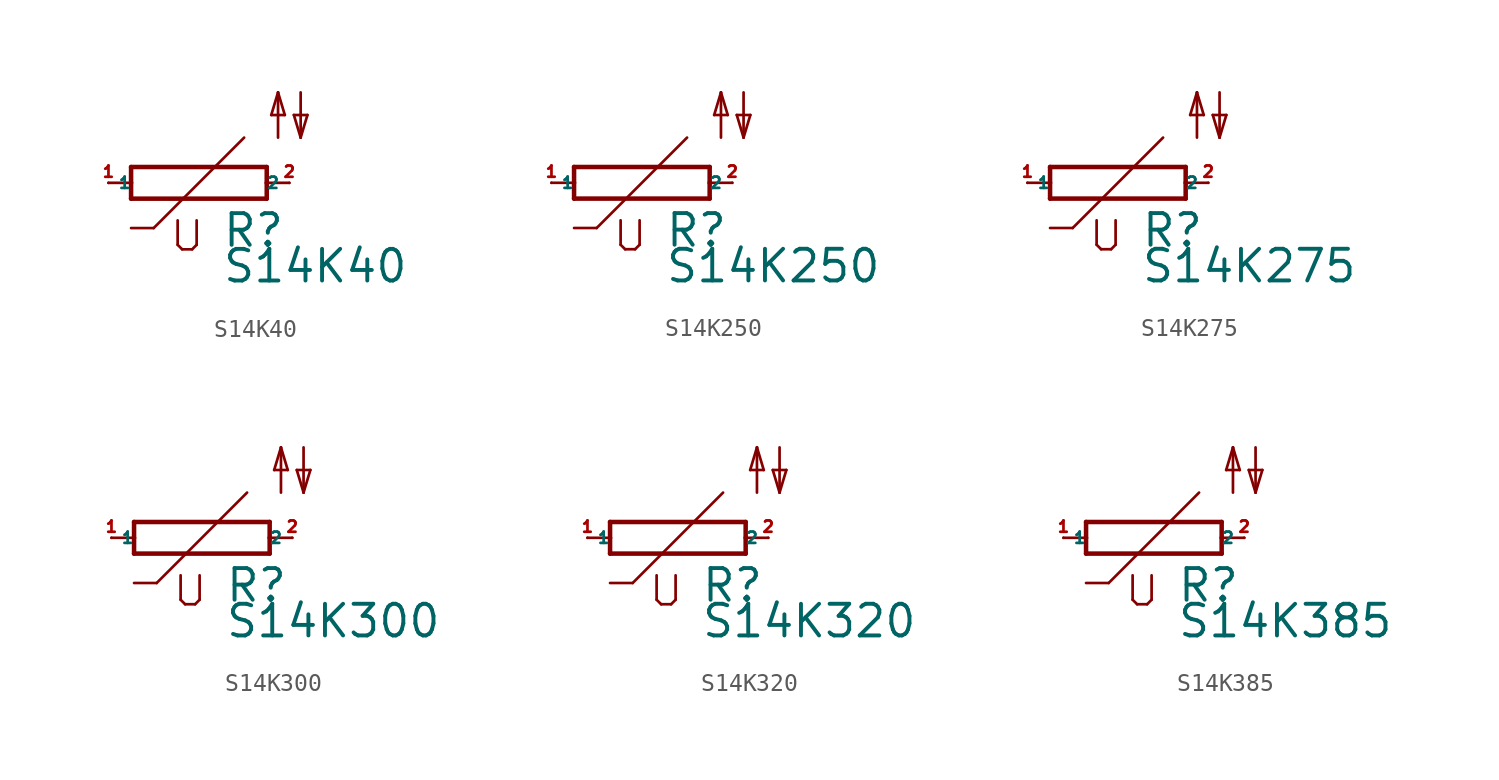
<source format=kicad_sym>
(kicad_symbol_lib
  (version 20220914)
  (generator Eagle2Kicad)
  (symbol "S14K40"
    (property "Reference" "R"
      (at 1.27 -3.708 0)
      (effects (font (size 1.778 1.778) (thickness 0.22)) (justify left bottom)))
    (property "Value" "S14K40"
      (at 1.27 -5.715 0)
      (effects (font (size 1.778 1.778) (thickness 0.22)) (justify left bottom)))
    (polyline
      (pts (xy -3.81 -0.889) (xy 3.81 -0.889))
      (stroke (width 0.254) (type default))
      (fill (type none)))
    (polyline
      (pts (xy 3.81 -0.889) (xy 3.81 0))
      (stroke (width 0.254) (type default))
      (fill (type none)))
    (polyline
      (pts (xy 3.81 0.889) (xy -3.81 0.889))
      (stroke (width 0.254) (type default))
      (fill (type none)))
    (polyline
      (pts (xy -3.81 -0.889) (xy -3.81 0))
      (stroke (width 0.254) (type default))
      (fill (type none)))
    (polyline
      (pts (xy 3.81 0) (xy 5.08 0))
      (stroke (width 0.152) (type default))
      (fill (type none)))
    (polyline
      (pts (xy 3.81 0) (xy 3.81 0.889))
      (stroke (width 0.254) (type default))
      (fill (type none)))
    (polyline
      (pts (xy -5.08 0) (xy -3.81 0))
      (stroke (width 0.152) (type default))
      (fill (type none)))
    (polyline
      (pts (xy -3.81 0) (xy -3.81 0.889))
      (stroke (width 0.254) (type default))
      (fill (type none)))
    (polyline
      (pts (xy 2.54 2.54) (xy -2.54 -2.54))
      (stroke (width 0.152) (type default))
      (fill (type none)))
    (polyline
      (pts (xy -2.54 -2.54) (xy -3.81 -2.54))
      (stroke (width 0.152) (type default))
      (fill (type none)))
    (polyline
      (pts (xy -1.194 -2.108) (xy -1.194 -3.48))
      (stroke (width 0.152) (type default))
      (fill (type none)))
    (polyline
      (pts (xy -0.94 -3.734) (xy -1.194 -3.48))
      (stroke (width 0.152) (type default))
      (fill (type none)))
    (polyline
      (pts (xy -0.94 -3.734) (xy -0.381 -3.734))
      (stroke (width 0.152) (type default))
      (fill (type none)))
    (polyline
      (pts (xy -0.127 -3.48) (xy -0.381 -3.734))
      (stroke (width 0.152) (type default))
      (fill (type none)))
    (polyline
      (pts (xy -0.127 -3.48) (xy -0.127 -2.108))
      (stroke (width 0.152) (type default))
      (fill (type none)))
    (polyline
      (pts (xy 5.715 5.08) (xy 5.715 2.54))
      (stroke (width 0.152) (type default))
      (fill (type none)))
    (polyline
      (pts (xy 5.715 2.54) (xy 6.096 3.81))
      (stroke (width 0.152) (type default))
      (fill (type none)))
    (polyline
      (pts (xy 6.096 3.81) (xy 5.334 3.81))
      (stroke (width 0.152) (type default))
      (fill (type none)))
    (polyline
      (pts (xy 5.334 3.81) (xy 5.715 2.54))
      (stroke (width 0.152) (type default))
      (fill (type none)))
    (polyline
      (pts (xy 4.445 2.54) (xy 4.445 5.08))
      (stroke (width 0.152) (type default))
      (fill (type none)))
    (polyline
      (pts (xy 4.445 5.08) (xy 4.826 3.81))
      (stroke (width 0.152) (type default))
      (fill (type none)))
    (polyline
      (pts (xy 4.826 3.81) (xy 4.064 3.81))
      (stroke (width 0.152) (type default))
      (fill (type none)))
    (polyline
      (pts (xy 4.064 3.81) (xy 4.445 5.08))
      (stroke (width 0.152) (type default))
      (fill (type none)))
    (pin passive line
      (at 5.08 0 180)
      (length 0)
      (name "2" (effects (font (size 0.635 0.635) (thickness 0.08)) (justify left bottom)))
      (number "2" (effects (font (size 0.635 0.635) (thickness 0.08)) (justify left bottom))))
    (pin passive line
      (at -5.08 0 0)
      (length 0)
      (name "1" (effects (font (size 0.635 0.635) (thickness 0.08)) (justify left bottom)))
      (number "1" (effects (font (size 0.635 0.635) (thickness 0.08)) (justify left bottom)))))
  (symbol "S14K250"
    (property "Reference" "R"
      (at 1.27 -3.708 0)
      (effects (font (size 1.778 1.778) (thickness 0.22)) (justify left bottom)))
    (property "Value" "S14K250"
      (at 1.27 -5.715 0)
      (effects (font (size 1.778 1.778) (thickness 0.22)) (justify left bottom)))
    (polyline
      (pts (xy -3.81 -0.889) (xy 3.81 -0.889))
      (stroke (width 0.254) (type default))
      (fill (type none)))
    (polyline
      (pts (xy 3.81 -0.889) (xy 3.81 0))
      (stroke (width 0.254) (type default))
      (fill (type none)))
    (polyline
      (pts (xy 3.81 0.889) (xy -3.81 0.889))
      (stroke (width 0.254) (type default))
      (fill (type none)))
    (polyline
      (pts (xy -3.81 -0.889) (xy -3.81 0))
      (stroke (width 0.254) (type default))
      (fill (type none)))
    (polyline
      (pts (xy 3.81 0) (xy 5.08 0))
      (stroke (width 0.152) (type default))
      (fill (type none)))
    (polyline
      (pts (xy 3.81 0) (xy 3.81 0.889))
      (stroke (width 0.254) (type default))
      (fill (type none)))
    (polyline
      (pts (xy -5.08 0) (xy -3.81 0))
      (stroke (width 0.152) (type default))
      (fill (type none)))
    (polyline
      (pts (xy -3.81 0) (xy -3.81 0.889))
      (stroke (width 0.254) (type default))
      (fill (type none)))
    (polyline
      (pts (xy 2.54 2.54) (xy -2.54 -2.54))
      (stroke (width 0.152) (type default))
      (fill (type none)))
    (polyline
      (pts (xy -2.54 -2.54) (xy -3.81 -2.54))
      (stroke (width 0.152) (type default))
      (fill (type none)))
    (polyline
      (pts (xy -1.194 -2.108) (xy -1.194 -3.48))
      (stroke (width 0.152) (type default))
      (fill (type none)))
    (polyline
      (pts (xy -0.94 -3.734) (xy -1.194 -3.48))
      (stroke (width 0.152) (type default))
      (fill (type none)))
    (polyline
      (pts (xy -0.94 -3.734) (xy -0.381 -3.734))
      (stroke (width 0.152) (type default))
      (fill (type none)))
    (polyline
      (pts (xy -0.127 -3.48) (xy -0.381 -3.734))
      (stroke (width 0.152) (type default))
      (fill (type none)))
    (polyline
      (pts (xy -0.127 -3.48) (xy -0.127 -2.108))
      (stroke (width 0.152) (type default))
      (fill (type none)))
    (polyline
      (pts (xy 5.715 5.08) (xy 5.715 2.54))
      (stroke (width 0.152) (type default))
      (fill (type none)))
    (polyline
      (pts (xy 5.715 2.54) (xy 6.096 3.81))
      (stroke (width 0.152) (type default))
      (fill (type none)))
    (polyline
      (pts (xy 6.096 3.81) (xy 5.334 3.81))
      (stroke (width 0.152) (type default))
      (fill (type none)))
    (polyline
      (pts (xy 5.334 3.81) (xy 5.715 2.54))
      (stroke (width 0.152) (type default))
      (fill (type none)))
    (polyline
      (pts (xy 4.445 2.54) (xy 4.445 5.08))
      (stroke (width 0.152) (type default))
      (fill (type none)))
    (polyline
      (pts (xy 4.445 5.08) (xy 4.826 3.81))
      (stroke (width 0.152) (type default))
      (fill (type none)))
    (polyline
      (pts (xy 4.826 3.81) (xy 4.064 3.81))
      (stroke (width 0.152) (type default))
      (fill (type none)))
    (polyline
      (pts (xy 4.064 3.81) (xy 4.445 5.08))
      (stroke (width 0.152) (type default))
      (fill (type none)))
    (pin passive line
      (at 5.08 0 180)
      (length 0)
      (name "2" (effects (font (size 0.635 0.635) (thickness 0.08)) (justify left bottom)))
      (number "2" (effects (font (size 0.635 0.635) (thickness 0.08)) (justify left bottom))))
    (pin passive line
      (at -5.08 0 0)
      (length 0)
      (name "1" (effects (font (size 0.635 0.635) (thickness 0.08)) (justify left bottom)))
      (number "1" (effects (font (size 0.635 0.635) (thickness 0.08)) (justify left bottom)))))
  (symbol "S14K275"
    (property "Reference" "R"
      (at 1.27 -3.708 0)
      (effects (font (size 1.778 1.778) (thickness 0.22)) (justify left bottom)))
    (property "Value" "S14K275"
      (at 1.27 -5.715 0)
      (effects (font (size 1.778 1.778) (thickness 0.22)) (justify left bottom)))
    (polyline
      (pts (xy -3.81 -0.889) (xy 3.81 -0.889))
      (stroke (width 0.254) (type default))
      (fill (type none)))
    (polyline
      (pts (xy 3.81 -0.889) (xy 3.81 0))
      (stroke (width 0.254) (type default))
      (fill (type none)))
    (polyline
      (pts (xy 3.81 0.889) (xy -3.81 0.889))
      (stroke (width 0.254) (type default))
      (fill (type none)))
    (polyline
      (pts (xy -3.81 -0.889) (xy -3.81 0))
      (stroke (width 0.254) (type default))
      (fill (type none)))
    (polyline
      (pts (xy 3.81 0) (xy 5.08 0))
      (stroke (width 0.152) (type default))
      (fill (type none)))
    (polyline
      (pts (xy 3.81 0) (xy 3.81 0.889))
      (stroke (width 0.254) (type default))
      (fill (type none)))
    (polyline
      (pts (xy -5.08 0) (xy -3.81 0))
      (stroke (width 0.152) (type default))
      (fill (type none)))
    (polyline
      (pts (xy -3.81 0) (xy -3.81 0.889))
      (stroke (width 0.254) (type default))
      (fill (type none)))
    (polyline
      (pts (xy 2.54 2.54) (xy -2.54 -2.54))
      (stroke (width 0.152) (type default))
      (fill (type none)))
    (polyline
      (pts (xy -2.54 -2.54) (xy -3.81 -2.54))
      (stroke (width 0.152) (type default))
      (fill (type none)))
    (polyline
      (pts (xy -1.194 -2.108) (xy -1.194 -3.48))
      (stroke (width 0.152) (type default))
      (fill (type none)))
    (polyline
      (pts (xy -0.94 -3.734) (xy -1.194 -3.48))
      (stroke (width 0.152) (type default))
      (fill (type none)))
    (polyline
      (pts (xy -0.94 -3.734) (xy -0.381 -3.734))
      (stroke (width 0.152) (type default))
      (fill (type none)))
    (polyline
      (pts (xy -0.127 -3.48) (xy -0.381 -3.734))
      (stroke (width 0.152) (type default))
      (fill (type none)))
    (polyline
      (pts (xy -0.127 -3.48) (xy -0.127 -2.108))
      (stroke (width 0.152) (type default))
      (fill (type none)))
    (polyline
      (pts (xy 5.715 5.08) (xy 5.715 2.54))
      (stroke (width 0.152) (type default))
      (fill (type none)))
    (polyline
      (pts (xy 5.715 2.54) (xy 6.096 3.81))
      (stroke (width 0.152) (type default))
      (fill (type none)))
    (polyline
      (pts (xy 6.096 3.81) (xy 5.334 3.81))
      (stroke (width 0.152) (type default))
      (fill (type none)))
    (polyline
      (pts (xy 5.334 3.81) (xy 5.715 2.54))
      (stroke (width 0.152) (type default))
      (fill (type none)))
    (polyline
      (pts (xy 4.445 2.54) (xy 4.445 5.08))
      (stroke (width 0.152) (type default))
      (fill (type none)))
    (polyline
      (pts (xy 4.445 5.08) (xy 4.826 3.81))
      (stroke (width 0.152) (type default))
      (fill (type none)))
    (polyline
      (pts (xy 4.826 3.81) (xy 4.064 3.81))
      (stroke (width 0.152) (type default))
      (fill (type none)))
    (polyline
      (pts (xy 4.064 3.81) (xy 4.445 5.08))
      (stroke (width 0.152) (type default))
      (fill (type none)))
    (pin passive line
      (at 5.08 0 180)
      (length 0)
      (name "2" (effects (font (size 0.635 0.635) (thickness 0.08)) (justify left bottom)))
      (number "2" (effects (font (size 0.635 0.635) (thickness 0.08)) (justify left bottom))))
    (pin passive line
      (at -5.08 0 0)
      (length 0)
      (name "1" (effects (font (size 0.635 0.635) (thickness 0.08)) (justify left bottom)))
      (number "1" (effects (font (size 0.635 0.635) (thickness 0.08)) (justify left bottom)))))
  (symbol "S14K300"
    (property "Reference" "R"
      (at 1.27 -3.708 0)
      (effects (font (size 1.778 1.778) (thickness 0.22)) (justify left bottom)))
    (property "Value" "S14K300"
      (at 1.27 -5.715 0)
      (effects (font (size 1.778 1.778) (thickness 0.22)) (justify left bottom)))
    (polyline
      (pts (xy -3.81 -0.889) (xy 3.81 -0.889))
      (stroke (width 0.254) (type default))
      (fill (type none)))
    (polyline
      (pts (xy 3.81 -0.889) (xy 3.81 0))
      (stroke (width 0.254) (type default))
      (fill (type none)))
    (polyline
      (pts (xy 3.81 0.889) (xy -3.81 0.889))
      (stroke (width 0.254) (type default))
      (fill (type none)))
    (polyline
      (pts (xy -3.81 -0.889) (xy -3.81 0))
      (stroke (width 0.254) (type default))
      (fill (type none)))
    (polyline
      (pts (xy 3.81 0) (xy 5.08 0))
      (stroke (width 0.152) (type default))
      (fill (type none)))
    (polyline
      (pts (xy 3.81 0) (xy 3.81 0.889))
      (stroke (width 0.254) (type default))
      (fill (type none)))
    (polyline
      (pts (xy -5.08 0) (xy -3.81 0))
      (stroke (width 0.152) (type default))
      (fill (type none)))
    (polyline
      (pts (xy -3.81 0) (xy -3.81 0.889))
      (stroke (width 0.254) (type default))
      (fill (type none)))
    (polyline
      (pts (xy 2.54 2.54) (xy -2.54 -2.54))
      (stroke (width 0.152) (type default))
      (fill (type none)))
    (polyline
      (pts (xy -2.54 -2.54) (xy -3.81 -2.54))
      (stroke (width 0.152) (type default))
      (fill (type none)))
    (polyline
      (pts (xy -1.194 -2.108) (xy -1.194 -3.48))
      (stroke (width 0.152) (type default))
      (fill (type none)))
    (polyline
      (pts (xy -0.94 -3.734) (xy -1.194 -3.48))
      (stroke (width 0.152) (type default))
      (fill (type none)))
    (polyline
      (pts (xy -0.94 -3.734) (xy -0.381 -3.734))
      (stroke (width 0.152) (type default))
      (fill (type none)))
    (polyline
      (pts (xy -0.127 -3.48) (xy -0.381 -3.734))
      (stroke (width 0.152) (type default))
      (fill (type none)))
    (polyline
      (pts (xy -0.127 -3.48) (xy -0.127 -2.108))
      (stroke (width 0.152) (type default))
      (fill (type none)))
    (polyline
      (pts (xy 5.715 5.08) (xy 5.715 2.54))
      (stroke (width 0.152) (type default))
      (fill (type none)))
    (polyline
      (pts (xy 5.715 2.54) (xy 6.096 3.81))
      (stroke (width 0.152) (type default))
      (fill (type none)))
    (polyline
      (pts (xy 6.096 3.81) (xy 5.334 3.81))
      (stroke (width 0.152) (type default))
      (fill (type none)))
    (polyline
      (pts (xy 5.334 3.81) (xy 5.715 2.54))
      (stroke (width 0.152) (type default))
      (fill (type none)))
    (polyline
      (pts (xy 4.445 2.54) (xy 4.445 5.08))
      (stroke (width 0.152) (type default))
      (fill (type none)))
    (polyline
      (pts (xy 4.445 5.08) (xy 4.826 3.81))
      (stroke (width 0.152) (type default))
      (fill (type none)))
    (polyline
      (pts (xy 4.826 3.81) (xy 4.064 3.81))
      (stroke (width 0.152) (type default))
      (fill (type none)))
    (polyline
      (pts (xy 4.064 3.81) (xy 4.445 5.08))
      (stroke (width 0.152) (type default))
      (fill (type none)))
    (pin passive line
      (at 5.08 0 180)
      (length 0)
      (name "2" (effects (font (size 0.635 0.635) (thickness 0.08)) (justify left bottom)))
      (number "2" (effects (font (size 0.635 0.635) (thickness 0.08)) (justify left bottom))))
    (pin passive line
      (at -5.08 0 0)
      (length 0)
      (name "1" (effects (font (size 0.635 0.635) (thickness 0.08)) (justify left bottom)))
      (number "1" (effects (font (size 0.635 0.635) (thickness 0.08)) (justify left bottom)))))
  (symbol "S14K320"
    (property "Reference" "R"
      (at 1.27 -3.708 0)
      (effects (font (size 1.778 1.778) (thickness 0.22)) (justify left bottom)))
    (property "Value" "S14K320"
      (at 1.27 -5.715 0)
      (effects (font (size 1.778 1.778) (thickness 0.22)) (justify left bottom)))
    (polyline
      (pts (xy -3.81 -0.889) (xy 3.81 -0.889))
      (stroke (width 0.254) (type default))
      (fill (type none)))
    (polyline
      (pts (xy 3.81 -0.889) (xy 3.81 0))
      (stroke (width 0.254) (type default))
      (fill (type none)))
    (polyline
      (pts (xy 3.81 0.889) (xy -3.81 0.889))
      (stroke (width 0.254) (type default))
      (fill (type none)))
    (polyline
      (pts (xy -3.81 -0.889) (xy -3.81 0))
      (stroke (width 0.254) (type default))
      (fill (type none)))
    (polyline
      (pts (xy 3.81 0) (xy 5.08 0))
      (stroke (width 0.152) (type default))
      (fill (type none)))
    (polyline
      (pts (xy 3.81 0) (xy 3.81 0.889))
      (stroke (width 0.254) (type default))
      (fill (type none)))
    (polyline
      (pts (xy -5.08 0) (xy -3.81 0))
      (stroke (width 0.152) (type default))
      (fill (type none)))
    (polyline
      (pts (xy -3.81 0) (xy -3.81 0.889))
      (stroke (width 0.254) (type default))
      (fill (type none)))
    (polyline
      (pts (xy 2.54 2.54) (xy -2.54 -2.54))
      (stroke (width 0.152) (type default))
      (fill (type none)))
    (polyline
      (pts (xy -2.54 -2.54) (xy -3.81 -2.54))
      (stroke (width 0.152) (type default))
      (fill (type none)))
    (polyline
      (pts (xy -1.194 -2.108) (xy -1.194 -3.48))
      (stroke (width 0.152) (type default))
      (fill (type none)))
    (polyline
      (pts (xy -0.94 -3.734) (xy -1.194 -3.48))
      (stroke (width 0.152) (type default))
      (fill (type none)))
    (polyline
      (pts (xy -0.94 -3.734) (xy -0.381 -3.734))
      (stroke (width 0.152) (type default))
      (fill (type none)))
    (polyline
      (pts (xy -0.127 -3.48) (xy -0.381 -3.734))
      (stroke (width 0.152) (type default))
      (fill (type none)))
    (polyline
      (pts (xy -0.127 -3.48) (xy -0.127 -2.108))
      (stroke (width 0.152) (type default))
      (fill (type none)))
    (polyline
      (pts (xy 5.715 5.08) (xy 5.715 2.54))
      (stroke (width 0.152) (type default))
      (fill (type none)))
    (polyline
      (pts (xy 5.715 2.54) (xy 6.096 3.81))
      (stroke (width 0.152) (type default))
      (fill (type none)))
    (polyline
      (pts (xy 6.096 3.81) (xy 5.334 3.81))
      (stroke (width 0.152) (type default))
      (fill (type none)))
    (polyline
      (pts (xy 5.334 3.81) (xy 5.715 2.54))
      (stroke (width 0.152) (type default))
      (fill (type none)))
    (polyline
      (pts (xy 4.445 2.54) (xy 4.445 5.08))
      (stroke (width 0.152) (type default))
      (fill (type none)))
    (polyline
      (pts (xy 4.445 5.08) (xy 4.826 3.81))
      (stroke (width 0.152) (type default))
      (fill (type none)))
    (polyline
      (pts (xy 4.826 3.81) (xy 4.064 3.81))
      (stroke (width 0.152) (type default))
      (fill (type none)))
    (polyline
      (pts (xy 4.064 3.81) (xy 4.445 5.08))
      (stroke (width 0.152) (type default))
      (fill (type none)))
    (pin passive line
      (at 5.08 0 180)
      (length 0)
      (name "2" (effects (font (size 0.635 0.635) (thickness 0.08)) (justify left bottom)))
      (number "2" (effects (font (size 0.635 0.635) (thickness 0.08)) (justify left bottom))))
    (pin passive line
      (at -5.08 0 0)
      (length 0)
      (name "1" (effects (font (size 0.635 0.635) (thickness 0.08)) (justify left bottom)))
      (number "1" (effects (font (size 0.635 0.635) (thickness 0.08)) (justify left bottom)))))
  (symbol "S14K385"
    (property "Reference" "R"
      (at 1.27 -3.708 0)
      (effects (font (size 1.778 1.778) (thickness 0.22)) (justify left bottom)))
    (property "Value" "S14K385"
      (at 1.27 -5.715 0)
      (effects (font (size 1.778 1.778) (thickness 0.22)) (justify left bottom)))
    (polyline
      (pts (xy -3.81 -0.889) (xy 3.81 -0.889))
      (stroke (width 0.254) (type default))
      (fill (type none)))
    (polyline
      (pts (xy 3.81 -0.889) (xy 3.81 0))
      (stroke (width 0.254) (type default))
      (fill (type none)))
    (polyline
      (pts (xy 3.81 0.889) (xy -3.81 0.889))
      (stroke (width 0.254) (type default))
      (fill (type none)))
    (polyline
      (pts (xy -3.81 -0.889) (xy -3.81 0))
      (stroke (width 0.254) (type default))
      (fill (type none)))
    (polyline
      (pts (xy 3.81 0) (xy 5.08 0))
      (stroke (width 0.152) (type default))
      (fill (type none)))
    (polyline
      (pts (xy 3.81 0) (xy 3.81 0.889))
      (stroke (width 0.254) (type default))
      (fill (type none)))
    (polyline
      (pts (xy -5.08 0) (xy -3.81 0))
      (stroke (width 0.152) (type default))
      (fill (type none)))
    (polyline
      (pts (xy -3.81 0) (xy -3.81 0.889))
      (stroke (width 0.254) (type default))
      (fill (type none)))
    (polyline
      (pts (xy 2.54 2.54) (xy -2.54 -2.54))
      (stroke (width 0.152) (type default))
      (fill (type none)))
    (polyline
      (pts (xy -2.54 -2.54) (xy -3.81 -2.54))
      (stroke (width 0.152) (type default))
      (fill (type none)))
    (polyline
      (pts (xy -1.194 -2.108) (xy -1.194 -3.48))
      (stroke (width 0.152) (type default))
      (fill (type none)))
    (polyline
      (pts (xy -0.94 -3.734) (xy -1.194 -3.48))
      (stroke (width 0.152) (type default))
      (fill (type none)))
    (polyline
      (pts (xy -0.94 -3.734) (xy -0.381 -3.734))
      (stroke (width 0.152) (type default))
      (fill (type none)))
    (polyline
      (pts (xy -0.127 -3.48) (xy -0.381 -3.734))
      (stroke (width 0.152) (type default))
      (fill (type none)))
    (polyline
      (pts (xy -0.127 -3.48) (xy -0.127 -2.108))
      (stroke (width 0.152) (type default))
      (fill (type none)))
    (polyline
      (pts (xy 5.715 5.08) (xy 5.715 2.54))
      (stroke (width 0.152) (type default))
      (fill (type none)))
    (polyline
      (pts (xy 5.715 2.54) (xy 6.096 3.81))
      (stroke (width 0.152) (type default))
      (fill (type none)))
    (polyline
      (pts (xy 6.096 3.81) (xy 5.334 3.81))
      (stroke (width 0.152) (type default))
      (fill (type none)))
    (polyline
      (pts (xy 5.334 3.81) (xy 5.715 2.54))
      (stroke (width 0.152) (type default))
      (fill (type none)))
    (polyline
      (pts (xy 4.445 2.54) (xy 4.445 5.08))
      (stroke (width 0.152) (type default))
      (fill (type none)))
    (polyline
      (pts (xy 4.445 5.08) (xy 4.826 3.81))
      (stroke (width 0.152) (type default))
      (fill (type none)))
    (polyline
      (pts (xy 4.826 3.81) (xy 4.064 3.81))
      (stroke (width 0.152) (type default))
      (fill (type none)))
    (polyline
      (pts (xy 4.064 3.81) (xy 4.445 5.08))
      (stroke (width 0.152) (type default))
      (fill (type none)))
    (pin passive line
      (at 5.08 0 180)
      (length 0)
      (name "2" (effects (font (size 0.635 0.635) (thickness 0.08)) (justify left bottom)))
      (number "2" (effects (font (size 0.635 0.635) (thickness 0.08)) (justify left bottom))))
    (pin passive line
      (at -5.08 0 0)
      (length 0)
      (name "1" (effects (font (size 0.635 0.635) (thickness 0.08)) (justify left bottom)))
      (number "1" (effects (font (size 0.635 0.635) (thickness 0.08)) (justify left bottom))))))
</source>
